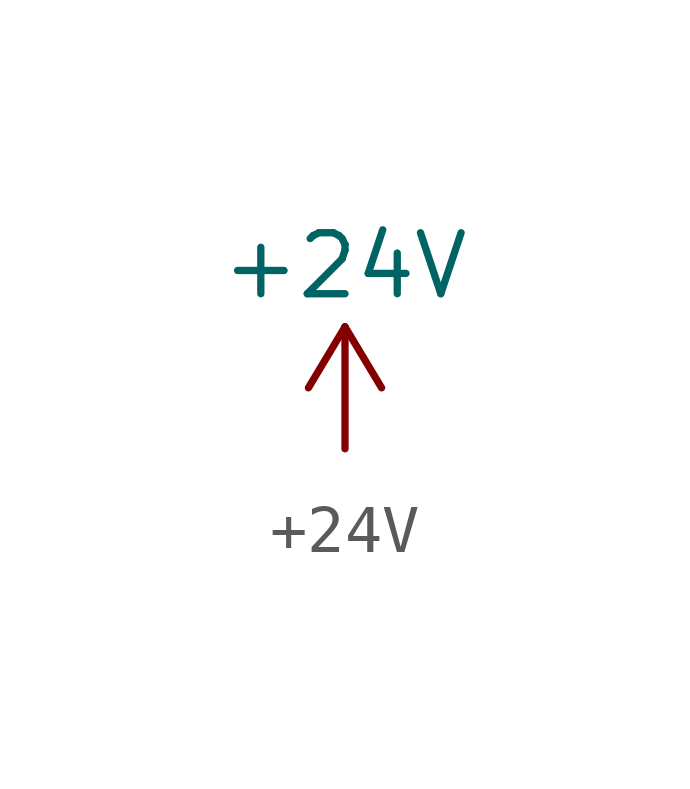
<source format=kicad_sym>
(kicad_symbol_lib
  (version 20220914)
  (generator kicad_symbol_editor)
  (symbol "+24V"
    (power)
    (pin_numbers hide)
    (pin_names
      (offset 0))
    (property "Reference" "#PWR"
      (at 1.27 0 90)
      (effects (font (size 1.27 1.27)) hide))
    (property "Value" "+24V"
      (at 0 3.81 0)
      (effects (font (size 1.27 1.27))))
    (symbol "+24V_1_1"
      (polyline (pts (xy -0.762 1.27) (xy 0 2.54)) (stroke (width 0) (type default)) (fill (type none)))
      (polyline (pts (xy 0 0) (xy 0 2.54)) (stroke (width 0) (type default)) (fill (type none)))
      (polyline (pts (xy 0 2.54) (xy 0.762 1.27)) (stroke (width 0) (type default)) (fill (type none)))
      (pin power_in line (at 0 0 90) (length 0) hide (name "+24V" (effects (font (size 1.27 1.27)))) (number "1" (effects (font (size 1.27 1.27))))))))
</source>
